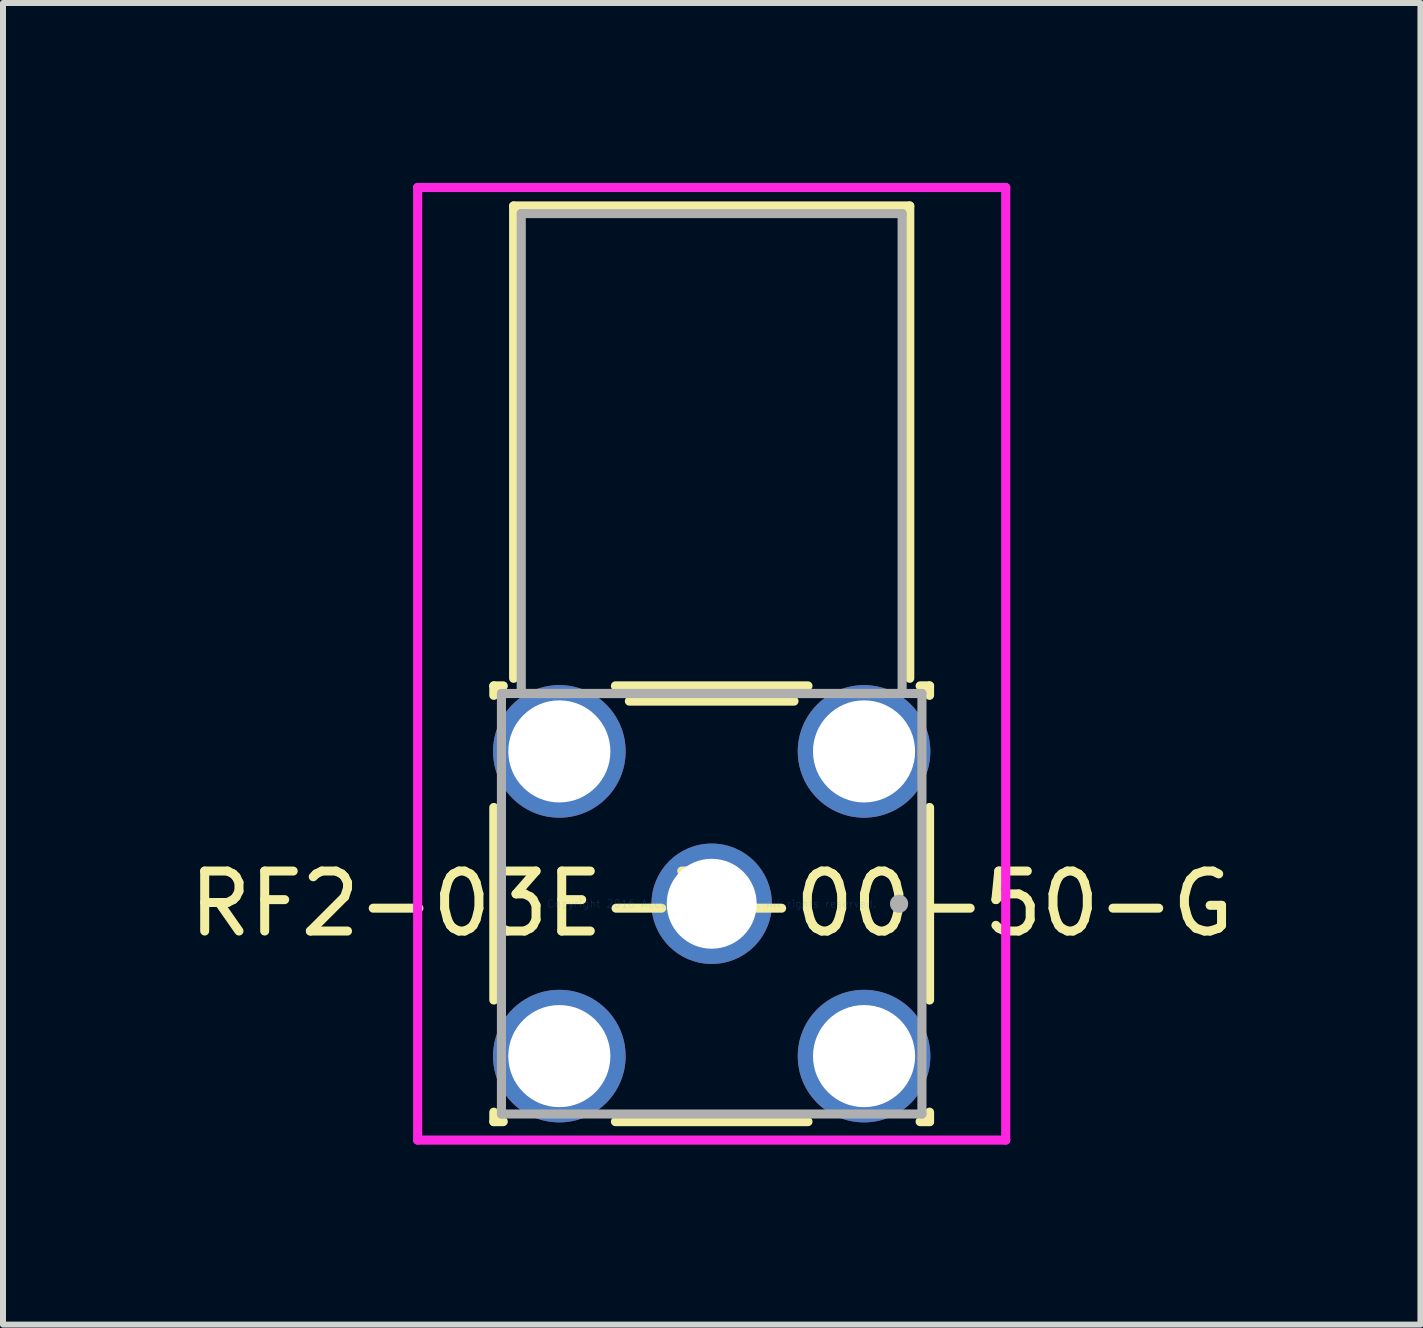
<source format=kicad_pcb>
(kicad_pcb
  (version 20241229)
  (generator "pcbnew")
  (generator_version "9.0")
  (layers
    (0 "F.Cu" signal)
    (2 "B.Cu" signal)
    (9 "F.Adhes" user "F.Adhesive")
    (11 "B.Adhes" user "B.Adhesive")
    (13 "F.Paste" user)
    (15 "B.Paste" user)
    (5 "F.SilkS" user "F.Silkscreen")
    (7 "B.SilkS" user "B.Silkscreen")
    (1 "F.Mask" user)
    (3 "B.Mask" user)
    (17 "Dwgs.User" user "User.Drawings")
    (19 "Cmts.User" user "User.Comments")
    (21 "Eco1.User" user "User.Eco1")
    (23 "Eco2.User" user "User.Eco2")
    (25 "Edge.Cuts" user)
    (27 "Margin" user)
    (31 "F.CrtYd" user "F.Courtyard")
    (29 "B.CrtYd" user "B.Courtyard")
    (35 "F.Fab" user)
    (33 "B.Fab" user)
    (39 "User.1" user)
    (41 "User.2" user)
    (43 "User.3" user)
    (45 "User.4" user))
  (footprint "RF2-03E-T-00-50-G"
    (layer "F.Cu")
    (at 8.815 12.017)
    (property "Reference" "RF2-03E-T-00-50-G" (at 0 0 0) (layer "F.SilkS") (effects (font (size 1 1) (thickness 0.15))))
    (attr through_hole)
    (fp_line (start -3.632 -3.632) (end -3.632 -3.475) (stroke (width 0.152) (type solid)) (layer "F.SilkS"))
    (fp_line (start -3.632 -1.605) (end -3.632 1.605) (stroke (width 0.152) (type solid)) (layer "F.SilkS"))
    (fp_line (start -3.632 3.475) (end -3.632 3.632) (stroke (width 0.152) (type solid)) (layer "F.SilkS"))
    (fp_line (start -3.632 3.632) (end -3.475 3.632) (stroke (width 0.152) (type solid)) (layer "F.SilkS"))
    (fp_line (start -3.475 -3.632) (end -3.632 -3.632) (stroke (width 0.152) (type solid)) (layer "F.SilkS"))
    (fp_line (start -3.302 -11.633) (end -3.302 -3.759) (stroke (width 0.152) (type solid)) (layer "F.SilkS"))
    (fp_line (start -1.605 3.632) (end 1.605 3.632) (stroke (width 0.152) (type solid)) (layer "F.SilkS"))
    (fp_line (start -1.372 -3.378) (end 1.372 -3.378) (stroke (width 0.152) (type solid)) (layer "F.SilkS"))
    (fp_line (start 1.605 -3.632) (end -1.605 -3.632) (stroke (width 0.152) (type solid)) (layer "F.SilkS"))
    (fp_line (start 3.302 -11.633) (end -3.302 -11.633) (stroke (width 0.152) (type solid)) (layer "F.SilkS"))
    (fp_line (start 3.302 -3.759) (end 3.302 -11.633) (stroke (width 0.152) (type solid)) (layer "F.SilkS"))
    (fp_line (start 3.475 3.632) (end 3.632 3.632) (stroke (width 0.152) (type solid)) (layer "F.SilkS"))
    (fp_line (start 3.632 -3.632) (end 3.475 -3.632) (stroke (width 0.152) (type solid)) (layer "F.SilkS"))
    (fp_line (start 3.632 -3.475) (end 3.632 -3.632) (stroke (width 0.152) (type solid)) (layer "F.SilkS"))
    (fp_line (start 3.632 1.605) (end 3.632 -1.605) (stroke (width 0.152) (type solid)) (layer "F.SilkS"))
    (fp_line (start 3.632 3.632) (end 3.632 3.475) (stroke (width 0.152) (type solid)) (layer "F.SilkS"))
    (fp_line (start -4.902 -11.941) (end 4.902 -11.941) (stroke (width 0.152) (type solid)) (layer "F.CrtYd"))
    (fp_line (start -4.902 3.94) (end -4.902 -11.941) (stroke (width 0.152) (type solid)) (layer "F.CrtYd"))
    (fp_line (start 4.902 -11.941) (end 4.902 3.94) (stroke (width 0.152) (type solid)) (layer "F.CrtYd"))
    (fp_line (start 4.902 3.94) (end -4.902 3.94) (stroke (width 0.152) (type solid)) (layer "F.CrtYd"))
    (fp_line (start -3.505 -3.505) (end -3.505 3.505) (stroke (width 0.152) (type solid)) (layer "F.Fab"))
    (fp_line (start -3.505 3.505) (end 3.505 3.505) (stroke (width 0.152) (type solid)) (layer "F.Fab"))
    (fp_line (start -3.175 -11.506) (end -3.175 -3.505) (stroke (width 0.152) (type solid)) (layer "F.Fab"))
    (fp_line (start -3.175 -3.505) (end 3.175 -3.505) (stroke (width 0.152) (type solid)) (layer "F.Fab"))
    (fp_line (start 3.175 -11.506) (end -3.175 -11.506) (stroke (width 0.152) (type solid)) (layer "F.Fab"))
    (fp_line (start 3.175 -3.505) (end 3.175 -11.506) (stroke (width 0.152) (type solid)) (layer "F.Fab"))
    (fp_line (start 3.505 -3.505) (end -3.505 -3.505) (stroke (width 0.152) (type solid)) (layer "F.Fab"))
    (fp_line (start 3.505 3.505) (end 3.505 -3.505) (stroke (width 0.152) (type solid)) (layer "F.Fab"))
    (fp_circle (center 3.124 0) (end 3.124 0) (stroke (width 0.152) (type solid)) (fill no) (layer "F.Fab"))
    (fp_text user "*" (at 0 0 0) (layer "F.SilkS") (effects (font (size 1 1) (thickness 0.15))))
    (fp_text user "Copyright 2016 Accelerated Designs. All rights reserved." (at 0 0 0) (layer "Cmts.User") (effects (font (size 0.127 0.127) (thickness 0.002))))
    (fp_text user "*" (at 0 0 0) (layer "F.Fab") (effects (font (size 1 1) (thickness 0.15))))
    (pad "1" thru_hole circle (at 0 0) (size 2.007 2.007) (drill 1.499) (layers "*.Cu" "*.Mask"))
    (pad "2" thru_hole circle (at -2.54 -2.54) (size 2.21 2.21) (drill 1.702) (layers "*.Cu" "*.Mask"))
    (pad "3" thru_hole circle (at -2.54 2.54) (size 2.21 2.21) (drill 1.702) (layers "*.Cu" "*.Mask"))
    (pad "4" thru_hole circle (at 2.54 2.54) (size 2.21 2.21) (drill 1.702) (layers "*.Cu" "*.Mask"))
    (pad "5" thru_hole circle (at 2.54 -2.54) (size 2.21 2.21) (drill 1.702) (layers "*.Cu" "*.Mask")))
  (gr_rect
    (start -3 -3)
    (end 20.631 19.033)
    (stroke (width 0.1) (type default))
    (fill no)
    (layer "Edge.Cuts")))
</source>
